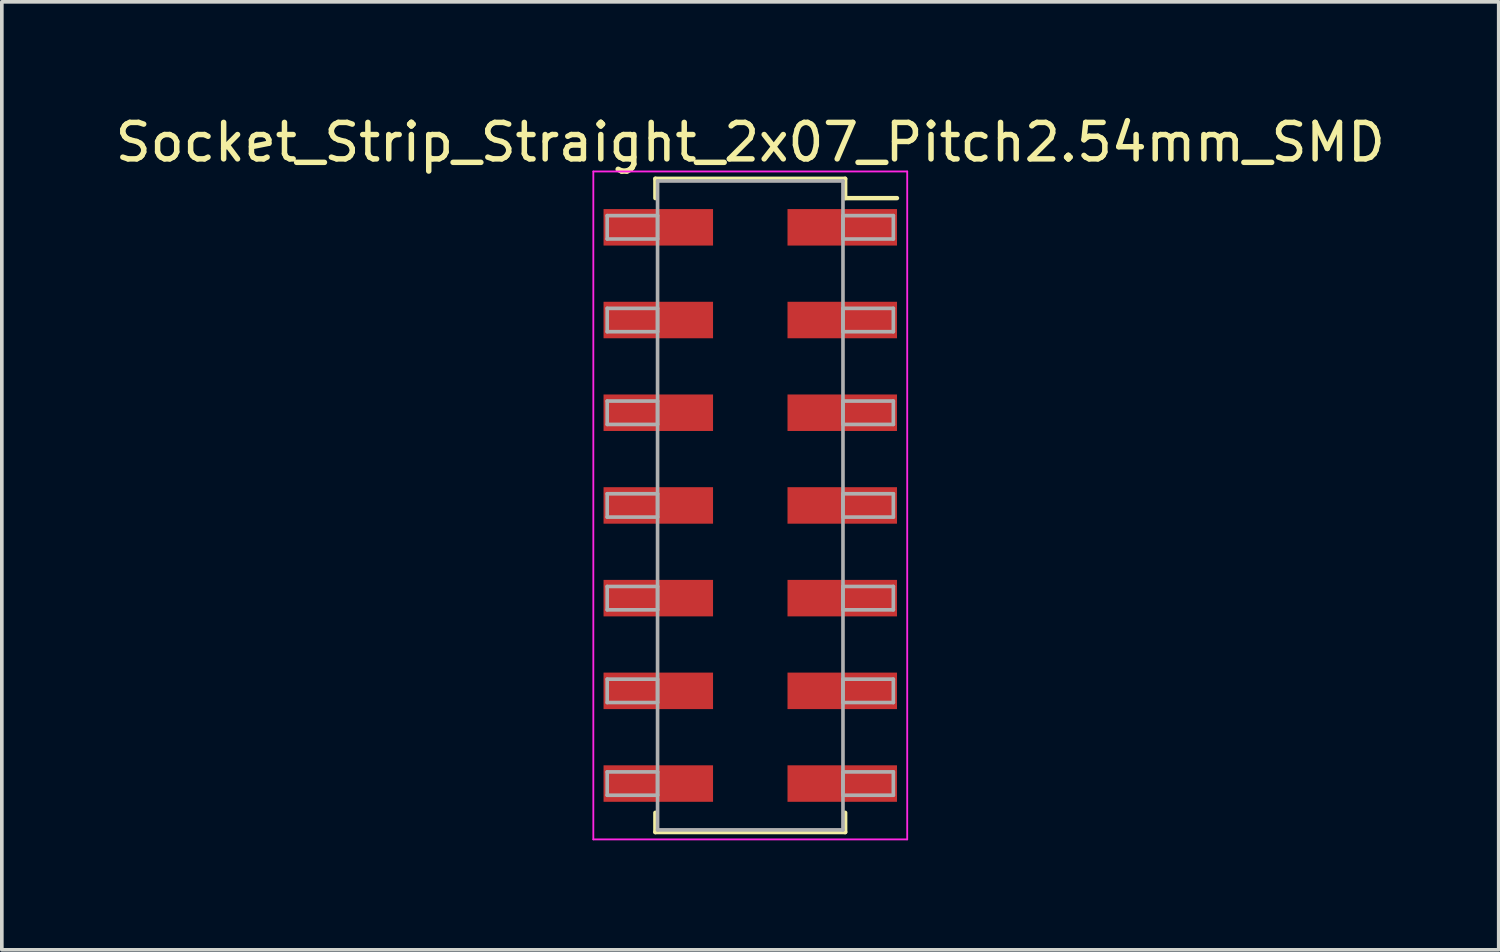
<source format=kicad_pcb>
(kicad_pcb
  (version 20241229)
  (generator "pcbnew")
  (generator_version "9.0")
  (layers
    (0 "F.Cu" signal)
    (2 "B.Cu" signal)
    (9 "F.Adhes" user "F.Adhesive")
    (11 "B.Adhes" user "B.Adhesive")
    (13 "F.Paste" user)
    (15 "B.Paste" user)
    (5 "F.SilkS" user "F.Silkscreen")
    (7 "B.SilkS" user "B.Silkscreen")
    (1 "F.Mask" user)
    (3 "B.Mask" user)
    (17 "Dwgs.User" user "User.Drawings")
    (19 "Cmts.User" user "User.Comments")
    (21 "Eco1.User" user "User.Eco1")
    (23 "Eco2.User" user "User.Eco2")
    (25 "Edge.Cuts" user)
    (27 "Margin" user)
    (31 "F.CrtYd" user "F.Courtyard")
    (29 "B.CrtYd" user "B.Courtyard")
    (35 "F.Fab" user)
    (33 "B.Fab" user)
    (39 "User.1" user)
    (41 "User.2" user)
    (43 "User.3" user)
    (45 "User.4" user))
  (footprint "Socket_Strip_Straight_2x07_Pitch2.54mm_SMD"
    (layer "F.Cu")
    (at 17.506 10.798)
    (property "Reference" "Socket_Strip_Straight_2x07_Pitch2.54mm_SMD" (at 0 -9.95 0) (layer "F.SilkS") (effects (font (size 1 1) (thickness 0.15))))
    (attr smd)
    (fp_line (start -2.6 -8.95) (end 2.6 -8.95) (stroke (width 0.12) (type solid)) (layer "F.SilkS"))
    (fp_line (start -2.6 -8.42) (end -2.6 -8.95) (stroke (width 0.12) (type solid)) (layer "F.SilkS"))
    (fp_line (start -2.6 8.42) (end -2.6 8.95) (stroke (width 0.12) (type solid)) (layer "F.SilkS"))
    (fp_line (start -2.6 8.95) (end 2.6 8.95) (stroke (width 0.12) (type solid)) (layer "F.SilkS"))
    (fp_line (start 2.6 -8.95) (end 2.6 -8.42) (stroke (width 0.12) (type solid)) (layer "F.SilkS"))
    (fp_line (start 2.6 8.95) (end 2.6 8.42) (stroke (width 0.12) (type solid)) (layer "F.SilkS"))
    (fp_line (start 4.02 -8.42) (end 2.6 -8.42) (stroke (width 0.12) (type solid)) (layer "F.SilkS"))
    (fp_line (start -4.3 -9.15) (end -4.3 9.15) (stroke (width 0.05) (type solid)) (layer "F.CrtYd"))
    (fp_line (start -4.3 9.15) (end 4.3 9.15) (stroke (width 0.05) (type solid)) (layer "F.CrtYd"))
    (fp_line (start 4.3 -9.15) (end -4.3 -9.15) (stroke (width 0.05) (type solid)) (layer "F.CrtYd"))
    (fp_line (start 4.3 9.15) (end 4.3 -9.15) (stroke (width 0.05) (type solid)) (layer "F.CrtYd"))
    (fp_line (start -3.92 -7.94) (end -2.54 -7.94) (stroke (width 0.1) (type solid)) (layer "F.Fab"))
    (fp_line (start -3.92 -7.3) (end -3.92 -7.94) (stroke (width 0.1) (type solid)) (layer "F.Fab"))
    (fp_line (start -3.92 -5.4) (end -2.54 -5.4) (stroke (width 0.1) (type solid)) (layer "F.Fab"))
    (fp_line (start -3.92 -4.76) (end -3.92 -5.4) (stroke (width 0.1) (type solid)) (layer "F.Fab"))
    (fp_line (start -3.92 -2.86) (end -2.54 -2.86) (stroke (width 0.1) (type solid)) (layer "F.Fab"))
    (fp_line (start -3.92 -2.22) (end -3.92 -2.86) (stroke (width 0.1) (type solid)) (layer "F.Fab"))
    (fp_line (start -3.92 -0.32) (end -2.54 -0.32) (stroke (width 0.1) (type solid)) (layer "F.Fab"))
    (fp_line (start -3.92 0.32) (end -3.92 -0.32) (stroke (width 0.1) (type solid)) (layer "F.Fab"))
    (fp_line (start -3.92 2.22) (end -2.54 2.22) (stroke (width 0.1) (type solid)) (layer "F.Fab"))
    (fp_line (start -3.92 2.86) (end -3.92 2.22) (stroke (width 0.1) (type solid)) (layer "F.Fab"))
    (fp_line (start -3.92 4.76) (end -2.54 4.76) (stroke (width 0.1) (type solid)) (layer "F.Fab"))
    (fp_line (start -3.92 5.4) (end -3.92 4.76) (stroke (width 0.1) (type solid)) (layer "F.Fab"))
    (fp_line (start -3.92 7.3) (end -2.54 7.3) (stroke (width 0.1) (type solid)) (layer "F.Fab"))
    (fp_line (start -3.92 7.94) (end -3.92 7.3) (stroke (width 0.1) (type solid)) (layer "F.Fab"))
    (fp_line (start -2.54 -8.89) (end -2.54 8.89) (stroke (width 0.1) (type solid)) (layer "F.Fab"))
    (fp_line (start -2.54 -7.94) (end -2.54 -7.3) (stroke (width 0.1) (type solid)) (layer "F.Fab"))
    (fp_line (start -2.54 -7.3) (end -3.92 -7.3) (stroke (width 0.1) (type solid)) (layer "F.Fab"))
    (fp_line (start -2.54 -5.4) (end -2.54 -4.76) (stroke (width 0.1) (type solid)) (layer "F.Fab"))
    (fp_line (start -2.54 -4.76) (end -3.92 -4.76) (stroke (width 0.1) (type solid)) (layer "F.Fab"))
    (fp_line (start -2.54 -2.86) (end -2.54 -2.22) (stroke (width 0.1) (type solid)) (layer "F.Fab"))
    (fp_line (start -2.54 -2.22) (end -3.92 -2.22) (stroke (width 0.1) (type solid)) (layer "F.Fab"))
    (fp_line (start -2.54 -0.32) (end -2.54 0.32) (stroke (width 0.1) (type solid)) (layer "F.Fab"))
    (fp_line (start -2.54 0.32) (end -3.92 0.32) (stroke (width 0.1) (type solid)) (layer "F.Fab"))
    (fp_line (start -2.54 2.22) (end -2.54 2.86) (stroke (width 0.1) (type solid)) (layer "F.Fab"))
    (fp_line (start -2.54 2.86) (end -3.92 2.86) (stroke (width 0.1) (type solid)) (layer "F.Fab"))
    (fp_line (start -2.54 4.76) (end -2.54 5.4) (stroke (width 0.1) (type solid)) (layer "F.Fab"))
    (fp_line (start -2.54 5.4) (end -3.92 5.4) (stroke (width 0.1) (type solid)) (layer "F.Fab"))
    (fp_line (start -2.54 7.3) (end -2.54 7.94) (stroke (width 0.1) (type solid)) (layer "F.Fab"))
    (fp_line (start -2.54 7.94) (end -3.92 7.94) (stroke (width 0.1) (type solid)) (layer "F.Fab"))
    (fp_line (start -2.54 8.89) (end 2.54 8.89) (stroke (width 0.1) (type solid)) (layer "F.Fab"))
    (fp_line (start 2.54 -8.89) (end -2.54 -8.89) (stroke (width 0.1) (type solid)) (layer "F.Fab"))
    (fp_line (start 2.54 -7.94) (end 2.54 -7.3) (stroke (width 0.1) (type solid)) (layer "F.Fab"))
    (fp_line (start 2.54 -7.3) (end 3.92 -7.3) (stroke (width 0.1) (type solid)) (layer "F.Fab"))
    (fp_line (start 2.54 -5.4) (end 2.54 -4.76) (stroke (width 0.1) (type solid)) (layer "F.Fab"))
    (fp_line (start 2.54 -4.76) (end 3.92 -4.76) (stroke (width 0.1) (type solid)) (layer "F.Fab"))
    (fp_line (start 2.54 -2.86) (end 2.54 -2.22) (stroke (width 0.1) (type solid)) (layer "F.Fab"))
    (fp_line (start 2.54 -2.22) (end 3.92 -2.22) (stroke (width 0.1) (type solid)) (layer "F.Fab"))
    (fp_line (start 2.54 -0.32) (end 2.54 0.32) (stroke (width 0.1) (type solid)) (layer "F.Fab"))
    (fp_line (start 2.54 0.32) (end 3.92 0.32) (stroke (width 0.1) (type solid)) (layer "F.Fab"))
    (fp_line (start 2.54 2.22) (end 2.54 2.86) (stroke (width 0.1) (type solid)) (layer "F.Fab"))
    (fp_line (start 2.54 2.86) (end 3.92 2.86) (stroke (width 0.1) (type solid)) (layer "F.Fab"))
    (fp_line (start 2.54 4.76) (end 2.54 5.4) (stroke (width 0.1) (type solid)) (layer "F.Fab"))
    (fp_line (start 2.54 5.4) (end 3.92 5.4) (stroke (width 0.1) (type solid)) (layer "F.Fab"))
    (fp_line (start 2.54 7.3) (end 2.54 7.94) (stroke (width 0.1) (type solid)) (layer "F.Fab"))
    (fp_line (start 2.54 7.94) (end 3.92 7.94) (stroke (width 0.1) (type solid)) (layer "F.Fab"))
    (fp_line (start 2.54 8.89) (end 2.54 -8.89) (stroke (width 0.1) (type solid)) (layer "F.Fab"))
    (fp_line (start 3.92 -7.94) (end 2.54 -7.94) (stroke (width 0.1) (type solid)) (layer "F.Fab"))
    (fp_line (start 3.92 -7.3) (end 3.92 -7.94) (stroke (width 0.1) (type solid)) (layer "F.Fab"))
    (fp_line (start 3.92 -5.4) (end 2.54 -5.4) (stroke (width 0.1) (type solid)) (layer "F.Fab"))
    (fp_line (start 3.92 -4.76) (end 3.92 -5.4) (stroke (width 0.1) (type solid)) (layer "F.Fab"))
    (fp_line (start 3.92 -2.86) (end 2.54 -2.86) (stroke (width 0.1) (type solid)) (layer "F.Fab"))
    (fp_line (start 3.92 -2.22) (end 3.92 -2.86) (stroke (width 0.1) (type solid)) (layer "F.Fab"))
    (fp_line (start 3.92 -0.32) (end 2.54 -0.32) (stroke (width 0.1) (type solid)) (layer "F.Fab"))
    (fp_line (start 3.92 0.32) (end 3.92 -0.32) (stroke (width 0.1) (type solid)) (layer "F.Fab"))
    (fp_line (start 3.92 2.22) (end 2.54 2.22) (stroke (width 0.1) (type solid)) (layer "F.Fab"))
    (fp_line (start 3.92 2.86) (end 3.92 2.22) (stroke (width 0.1) (type solid)) (layer "F.Fab"))
    (fp_line (start 3.92 4.76) (end 2.54 4.76) (stroke (width 0.1) (type solid)) (layer "F.Fab"))
    (fp_line (start 3.92 5.4) (end 3.92 4.76) (stroke (width 0.1) (type solid)) (layer "F.Fab"))
    (fp_line (start 3.92 7.3) (end 2.54 7.3) (stroke (width 0.1) (type solid)) (layer "F.Fab"))
    (fp_line (start 3.92 7.94) (end 3.92 7.3) (stroke (width 0.1) (type solid)) (layer "F.Fab"))
    (pad "1" smd rect (at 2.52 -7.62) (size 3 1) (layers "F.Cu" "F.Mask"))
    (pad "2" smd rect (at -2.52 -7.62) (size 3 1) (layers "F.Cu" "F.Mask"))
    (pad "3" smd rect (at 2.52 -5.08) (size 3 1) (layers "F.Cu" "F.Mask"))
    (pad "4" smd rect (at -2.52 -5.08) (size 3 1) (layers "F.Cu" "F.Mask"))
    (pad "5" smd rect (at 2.52 -2.54) (size 3 1) (layers "F.Cu" "F.Mask"))
    (pad "6" smd rect (at -2.52 -2.54) (size 3 1) (layers "F.Cu" "F.Mask"))
    (pad "7" smd rect (at 2.52 0) (size 3 1) (layers "F.Cu" "F.Mask"))
    (pad "8" smd rect (at -2.52 0) (size 3 1) (layers "F.Cu" "F.Mask"))
    (pad "9" smd rect (at 2.52 2.54) (size 3 1) (layers "F.Cu" "F.Mask"))
    (pad "10" smd rect (at -2.52 2.54) (size 3 1) (layers "F.Cu" "F.Mask"))
    (pad "11" smd rect (at 2.52 5.08) (size 3 1) (layers "F.Cu" "F.Mask"))
    (pad "12" smd rect (at -2.52 5.08) (size 3 1) (layers "F.Cu" "F.Mask"))
    (pad "13" smd rect (at 2.52 7.62) (size 3 1) (layers "F.Cu" "F.Mask"))
    (pad "14" smd rect (at -2.52 7.62) (size 3 1) (layers "F.Cu" "F.Mask")))
  (gr_rect
    (start -3 -3)
    (end 38.012 22.973)
    (stroke (width 0.1) (type default))
    (fill no)
    (layer "Edge.Cuts")))
</source>
